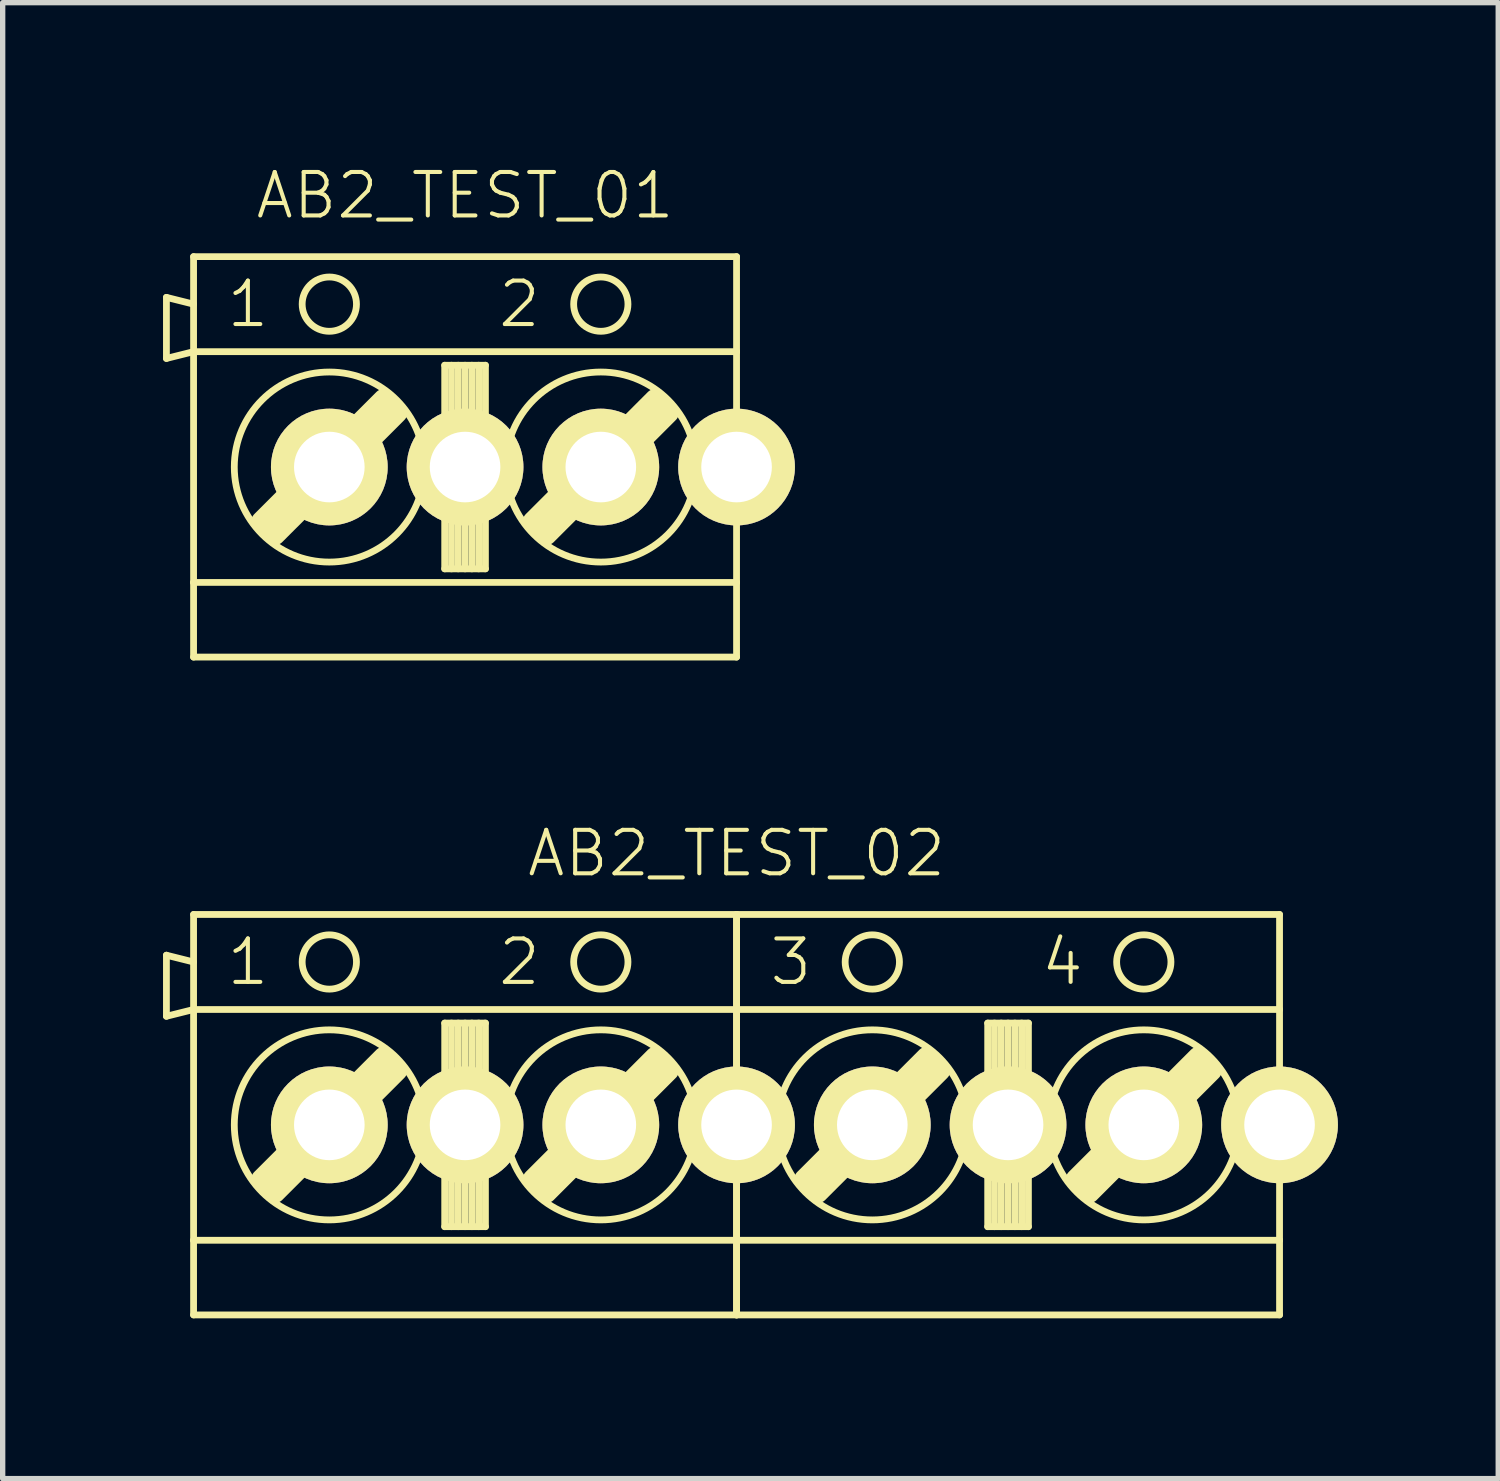
<source format=kicad_pcb>
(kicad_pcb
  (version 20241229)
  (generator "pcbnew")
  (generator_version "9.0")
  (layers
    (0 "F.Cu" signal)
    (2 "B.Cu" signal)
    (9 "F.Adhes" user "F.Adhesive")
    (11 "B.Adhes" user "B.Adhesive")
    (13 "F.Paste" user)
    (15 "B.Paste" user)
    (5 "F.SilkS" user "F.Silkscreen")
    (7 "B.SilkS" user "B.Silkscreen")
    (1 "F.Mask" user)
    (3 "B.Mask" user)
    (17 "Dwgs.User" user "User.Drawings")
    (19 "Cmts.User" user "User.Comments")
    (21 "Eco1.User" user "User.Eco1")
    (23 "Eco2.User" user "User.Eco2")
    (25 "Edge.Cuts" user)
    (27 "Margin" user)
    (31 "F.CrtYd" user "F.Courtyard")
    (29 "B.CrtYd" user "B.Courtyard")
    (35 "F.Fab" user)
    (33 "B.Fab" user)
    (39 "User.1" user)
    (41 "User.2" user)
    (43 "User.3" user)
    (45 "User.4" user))
  (footprint "AB2_TEST_02"
    (layer "F.Cu")
    (at 10.732 17.998)
    (property "Reference" "AB2_TEST_02" (at 0 -5.08 0) (layer "F.SilkS") (effects (font (size 0.813 0.813) (thickness 0.076))))
    (attr through_hole)
    (fp_line (start -10.668 -3.175) (end -10.16 -3.048) (stroke (width 0.127) (type solid)) (layer "F.SilkS"))
    (fp_line (start -10.668 -2.032) (end -10.668 -3.175) (stroke (width 0.127) (type solid)) (layer "F.SilkS"))
    (fp_line (start -10.16 -3.937) (end 0 -3.937) (stroke (width 0.127) (type solid)) (layer "F.SilkS"))
    (fp_line (start -10.16 -2.159) (end -10.668 -2.032) (stroke (width 0.127) (type solid)) (layer "F.SilkS"))
    (fp_line (start -10.16 -2.159) (end -10.16 -3.937) (stroke (width 0.127) (type solid)) (layer "F.SilkS"))
    (fp_line (start -10.16 -2.159) (end 0 -2.159) (stroke (width 0.127) (type solid)) (layer "F.SilkS"))
    (fp_line (start -10.16 2.159) (end -10.16 -2.159) (stroke (width 0.127) (type solid)) (layer "F.SilkS"))
    (fp_line (start -10.16 2.159) (end -10.16 3.556) (stroke (width 0.127) (type solid)) (layer "F.SilkS"))
    (fp_line (start -10.16 3.556) (end 0 3.556) (stroke (width 0.127) (type solid)) (layer "F.SilkS"))
    (fp_line (start -8.89 1.016) (end -6.604 -1.27) (stroke (width 0.381) (type solid)) (layer "F.SilkS"))
    (fp_line (start -8.763 1.143) (end -6.477 -1.143) (stroke (width 0.381) (type solid)) (layer "F.SilkS"))
    (fp_line (start -6.35 -1.016) (end -8.636 1.27) (stroke (width 0.381) (type solid)) (layer "F.SilkS"))
    (fp_line (start -5.461 -1.905) (end -4.699 -1.905) (stroke (width 0.127) (type solid)) (layer "F.SilkS"))
    (fp_line (start -5.461 1.905) (end -5.461 -1.905) (stroke (width 0.127) (type solid)) (layer "F.SilkS"))
    (fp_line (start -5.334 -1.905) (end -5.334 1.905) (stroke (width 0.127) (type solid)) (layer "F.SilkS"))
    (fp_line (start -5.207 -1.905) (end -5.207 1.905) (stroke (width 0.127) (type solid)) (layer "F.SilkS"))
    (fp_line (start -5.08 -1.905) (end -5.08 1.905) (stroke (width 0.127) (type solid)) (layer "F.SilkS"))
    (fp_line (start -4.953 -1.905) (end -4.953 1.905) (stroke (width 0.127) (type solid)) (layer "F.SilkS"))
    (fp_line (start -4.826 -1.905) (end -4.826 1.905) (stroke (width 0.127) (type solid)) (layer "F.SilkS"))
    (fp_line (start -4.699 -1.905) (end -4.699 1.905) (stroke (width 0.127) (type solid)) (layer "F.SilkS"))
    (fp_line (start -4.699 1.905) (end -5.461 1.905) (stroke (width 0.127) (type solid)) (layer "F.SilkS"))
    (fp_line (start -3.81 1.016) (end -1.524 -1.27) (stroke (width 0.381) (type solid)) (layer "F.SilkS"))
    (fp_line (start -3.683 1.143) (end -1.397 -1.143) (stroke (width 0.381) (type solid)) (layer "F.SilkS"))
    (fp_line (start -1.27 -1.016) (end -3.556 1.27) (stroke (width 0.381) (type solid)) (layer "F.SilkS"))
    (fp_line (start 0 -3.937) (end 0 -2.159) (stroke (width 0.127) (type solid)) (layer "F.SilkS"))
    (fp_line (start 0 -3.937) (end 10.16 -3.937) (stroke (width 0.127) (type solid)) (layer "F.SilkS"))
    (fp_line (start 0 -2.159) (end 0 -3.937) (stroke (width 0.127) (type solid)) (layer "F.SilkS"))
    (fp_line (start 0 -2.159) (end 0 2.159) (stroke (width 0.127) (type solid)) (layer "F.SilkS"))
    (fp_line (start 0 -2.159) (end 10.16 -2.159) (stroke (width 0.127) (type solid)) (layer "F.SilkS"))
    (fp_line (start 0 2.159) (end -10.16 2.159) (stroke (width 0.127) (type solid)) (layer "F.SilkS"))
    (fp_line (start 0 2.159) (end 0 -2.159) (stroke (width 0.127) (type solid)) (layer "F.SilkS"))
    (fp_line (start 0 2.159) (end 0 3.556) (stroke (width 0.127) (type solid)) (layer "F.SilkS"))
    (fp_line (start 0 3.556) (end 0 2.159) (stroke (width 0.127) (type solid)) (layer "F.SilkS"))
    (fp_line (start 0 3.556) (end 10.16 3.556) (stroke (width 0.127) (type solid)) (layer "F.SilkS"))
    (fp_line (start 1.27 1.016) (end 3.556 -1.27) (stroke (width 0.381) (type solid)) (layer "F.SilkS"))
    (fp_line (start 1.397 1.143) (end 3.683 -1.143) (stroke (width 0.381) (type solid)) (layer "F.SilkS"))
    (fp_line (start 3.81 -1.016) (end 1.524 1.27) (stroke (width 0.381) (type solid)) (layer "F.SilkS"))
    (fp_line (start 4.699 -1.905) (end 5.461 -1.905) (stroke (width 0.127) (type solid)) (layer "F.SilkS"))
    (fp_line (start 4.699 1.905) (end 4.699 -1.905) (stroke (width 0.127) (type solid)) (layer "F.SilkS"))
    (fp_line (start 4.826 -1.905) (end 4.826 1.905) (stroke (width 0.127) (type solid)) (layer "F.SilkS"))
    (fp_line (start 4.953 -1.905) (end 4.953 1.905) (stroke (width 0.127) (type solid)) (layer "F.SilkS"))
    (fp_line (start 5.08 -1.905) (end 5.08 1.905) (stroke (width 0.127) (type solid)) (layer "F.SilkS"))
    (fp_line (start 5.207 -1.905) (end 5.207 1.905) (stroke (width 0.127) (type solid)) (layer "F.SilkS"))
    (fp_line (start 5.334 -1.905) (end 5.334 1.905) (stroke (width 0.127) (type solid)) (layer "F.SilkS"))
    (fp_line (start 5.461 -1.905) (end 5.461 1.905) (stroke (width 0.127) (type solid)) (layer "F.SilkS"))
    (fp_line (start 5.461 1.905) (end 4.699 1.905) (stroke (width 0.127) (type solid)) (layer "F.SilkS"))
    (fp_line (start 6.35 1.016) (end 8.636 -1.27) (stroke (width 0.381) (type solid)) (layer "F.SilkS"))
    (fp_line (start 6.477 1.143) (end 8.763 -1.143) (stroke (width 0.381) (type solid)) (layer "F.SilkS"))
    (fp_line (start 8.89 -1.016) (end 6.604 1.27) (stroke (width 0.381) (type solid)) (layer "F.SilkS"))
    (fp_line (start 10.16 -3.937) (end 10.16 -2.159) (stroke (width 0.127) (type solid)) (layer "F.SilkS"))
    (fp_line (start 10.16 -2.159) (end 10.16 2.159) (stroke (width 0.127) (type solid)) (layer "F.SilkS"))
    (fp_line (start 10.16 2.159) (end 0 2.159) (stroke (width 0.127) (type solid)) (layer "F.SilkS"))
    (fp_line (start 10.16 3.556) (end 10.16 2.159) (stroke (width 0.127) (type solid)) (layer "F.SilkS"))
    (fp_circle (center -7.62 -3.048) (end -7.62 -3.556) (stroke (width 0.127) (type solid)) (fill no) (layer "F.SilkS"))
    (fp_circle (center -7.62 0) (end -7.62 -1.778) (stroke (width 0.127) (type solid)) (fill no) (layer "F.SilkS"))
    (fp_circle (center -2.54 -3.048) (end -2.54 -3.556) (stroke (width 0.127) (type solid)) (fill no) (layer "F.SilkS"))
    (fp_circle (center -2.54 0) (end -2.54 -1.778) (stroke (width 0.127) (type solid)) (fill no) (layer "F.SilkS"))
    (fp_circle (center 2.54 -3.048) (end 2.54 -3.556) (stroke (width 0.127) (type solid)) (fill no) (layer "F.SilkS"))
    (fp_circle (center 2.54 0) (end 2.54 -1.778) (stroke (width 0.127) (type solid)) (fill no) (layer "F.SilkS"))
    (fp_circle (center 7.62 -3.048) (end 7.62 -3.556) (stroke (width 0.127) (type solid)) (fill no) (layer "F.SilkS"))
    (fp_circle (center 7.62 0) (end 7.62 -1.778) (stroke (width 0.127) (type solid)) (fill no) (layer "F.SilkS"))
    (fp_text user "2" (at -4.064 -3.048 0) (layer "F.SilkS") (effects (font (size 0.813 0.813) (thickness 0.076))))
    (fp_text user "1" (at -9.144 -3.048 0) (layer "F.SilkS") (effects (font (size 0.813 0.813) (thickness 0.076))))
    (fp_text user "3" (at 1.016 -3.048 0) (layer "F.SilkS") (effects (font (size 0.813 0.813) (thickness 0.076))))
    (fp_text user "4" (at 6.096 -3.048 0) (layer "F.SilkS") (effects (font (size 0.813 0.813) (thickness 0.076))))
    (pad "1" thru_hole circle (at -7.62 0) (size 2.184 2.184) (drill 1.321) (layers "*.Cu" "*.Mask" "F.SilkS"))
    (pad "1" thru_hole circle (at -5.08 0) (size 2.184 2.184) (drill 1.321) (layers "*.Cu" "*.Mask" "F.SilkS"))
    (pad "2" thru_hole circle (at -2.54 0) (size 2.184 2.184) (drill 1.321) (layers "*.Cu" "*.Mask" "F.SilkS"))
    (pad "2" thru_hole circle (at 0 0) (size 2.184 2.184) (drill 1.321) (layers "*.Cu" "*.Mask" "F.SilkS"))
    (pad "3" thru_hole circle (at 2.54 0) (size 2.184 2.184) (drill 1.321) (layers "*.Cu" "*.Mask" "F.SilkS"))
    (pad "3" thru_hole circle (at 5.08 0) (size 2.184 2.184) (drill 1.321) (layers "*.Cu" "*.Mask" "F.SilkS"))
    (pad "4" thru_hole circle (at 7.62 0) (size 2.184 2.184) (drill 1.321) (layers "*.Cu" "*.Mask" "F.SilkS"))
    (pad "4" thru_hole circle (at 10.16 0) (size 2.184 2.184) (drill 1.321) (layers "*.Cu" "*.Mask" "F.SilkS")))
  (footprint "AB2_TEST_01"
    (layer "F.Cu")
    (at 5.652 5.689)
    (property "Reference" "AB2_TEST_01" (at 0 -5.08 0) (layer "F.SilkS") (effects (font (size 0.813 0.813) (thickness 0.076))))
    (attr through_hole)
    (fp_line (start -5.588 -3.175) (end -5.08 -3.048) (stroke (width 0.127) (type solid)) (layer "F.SilkS"))
    (fp_line (start -5.588 -2.032) (end -5.588 -3.175) (stroke (width 0.127) (type solid)) (layer "F.SilkS"))
    (fp_line (start -5.08 -3.937) (end 5.08 -3.937) (stroke (width 0.127) (type solid)) (layer "F.SilkS"))
    (fp_line (start -5.08 -2.159) (end -5.588 -2.032) (stroke (width 0.127) (type solid)) (layer "F.SilkS"))
    (fp_line (start -5.08 -2.159) (end -5.08 -3.937) (stroke (width 0.127) (type solid)) (layer "F.SilkS"))
    (fp_line (start -5.08 -2.159) (end 5.08 -2.159) (stroke (width 0.127) (type solid)) (layer "F.SilkS"))
    (fp_line (start -5.08 2.159) (end -5.08 -2.159) (stroke (width 0.127) (type solid)) (layer "F.SilkS"))
    (fp_line (start -5.08 2.159) (end -5.08 3.556) (stroke (width 0.127) (type solid)) (layer "F.SilkS"))
    (fp_line (start -5.08 3.556) (end 5.08 3.556) (stroke (width 0.127) (type solid)) (layer "F.SilkS"))
    (fp_line (start -3.81 1.016) (end -1.524 -1.27) (stroke (width 0.381) (type solid)) (layer "F.SilkS"))
    (fp_line (start -3.683 1.143) (end -1.397 -1.143) (stroke (width 0.381) (type solid)) (layer "F.SilkS"))
    (fp_line (start -1.27 -1.016) (end -3.556 1.27) (stroke (width 0.381) (type solid)) (layer "F.SilkS"))
    (fp_line (start -0.381 -1.905) (end 0.381 -1.905) (stroke (width 0.127) (type solid)) (layer "F.SilkS"))
    (fp_line (start -0.381 1.905) (end -0.381 -1.905) (stroke (width 0.127) (type solid)) (layer "F.SilkS"))
    (fp_line (start -0.254 -1.905) (end -0.254 1.905) (stroke (width 0.127) (type solid)) (layer "F.SilkS"))
    (fp_line (start -0.127 -1.905) (end -0.127 1.905) (stroke (width 0.127) (type solid)) (layer "F.SilkS"))
    (fp_line (start 0 -1.905) (end 0 1.905) (stroke (width 0.127) (type solid)) (layer "F.SilkS"))
    (fp_line (start 0.127 -1.905) (end 0.127 1.905) (stroke (width 0.127) (type solid)) (layer "F.SilkS"))
    (fp_line (start 0.254 -1.905) (end 0.254 1.905) (stroke (width 0.127) (type solid)) (layer "F.SilkS"))
    (fp_line (start 0.381 -1.905) (end 0.381 1.905) (stroke (width 0.127) (type solid)) (layer "F.SilkS"))
    (fp_line (start 0.381 1.905) (end -0.381 1.905) (stroke (width 0.127) (type solid)) (layer "F.SilkS"))
    (fp_line (start 1.27 1.016) (end 3.556 -1.27) (stroke (width 0.381) (type solid)) (layer "F.SilkS"))
    (fp_line (start 1.397 1.143) (end 3.683 -1.143) (stroke (width 0.381) (type solid)) (layer "F.SilkS"))
    (fp_line (start 3.81 -1.016) (end 1.524 1.27) (stroke (width 0.381) (type solid)) (layer "F.SilkS"))
    (fp_line (start 5.08 -3.937) (end 5.08 -2.159) (stroke (width 0.127) (type solid)) (layer "F.SilkS"))
    (fp_line (start 5.08 -2.159) (end 5.08 2.159) (stroke (width 0.127) (type solid)) (layer "F.SilkS"))
    (fp_line (start 5.08 2.159) (end -5.08 2.159) (stroke (width 0.127) (type solid)) (layer "F.SilkS"))
    (fp_line (start 5.08 3.556) (end 5.08 2.159) (stroke (width 0.127) (type solid)) (layer "F.SilkS"))
    (fp_circle (center -2.54 -3.048) (end -2.54 -3.556) (stroke (width 0.127) (type solid)) (fill no) (layer "F.SilkS"))
    (fp_circle (center -2.54 0) (end -2.54 -1.778) (stroke (width 0.127) (type solid)) (fill no) (layer "F.SilkS"))
    (fp_circle (center 2.54 -3.048) (end 2.54 -3.556) (stroke (width 0.127) (type solid)) (fill no) (layer "F.SilkS"))
    (fp_circle (center 2.54 0) (end 2.54 -1.778) (stroke (width 0.127) (type solid)) (fill no) (layer "F.SilkS"))
    (fp_text user "1" (at -4.064 -3.048 0) (layer "F.SilkS") (effects (font (size 0.813 0.813) (thickness 0.076))))
    (fp_text user "2" (at 1.016 -3.048 0) (layer "F.SilkS") (effects (font (size 0.813 0.813) (thickness 0.076))))
    (pad "1" thru_hole circle (at -2.54 0) (size 2.184 2.184) (drill 1.321) (layers "*.Cu" "*.Mask" "F.SilkS"))
    (pad "1" thru_hole circle (at 0 0) (size 2.184 2.184) (drill 1.321) (layers "*.Cu" "*.Mask" "F.SilkS"))
    (pad "2" thru_hole circle (at 2.54 0) (size 2.184 2.184) (drill 1.321) (layers "*.Cu" "*.Mask" "F.SilkS"))
    (pad "2" thru_hole circle (at 5.08 0) (size 2.184 2.184) (drill 1.321) (layers "*.Cu" "*.Mask" "F.SilkS")))
  (gr_rect
    (start -3 -3)
    (end 24.984 24.617)
    (stroke (width 0.1) (type default))
    (fill no)
    (layer "Edge.Cuts")))
</source>
